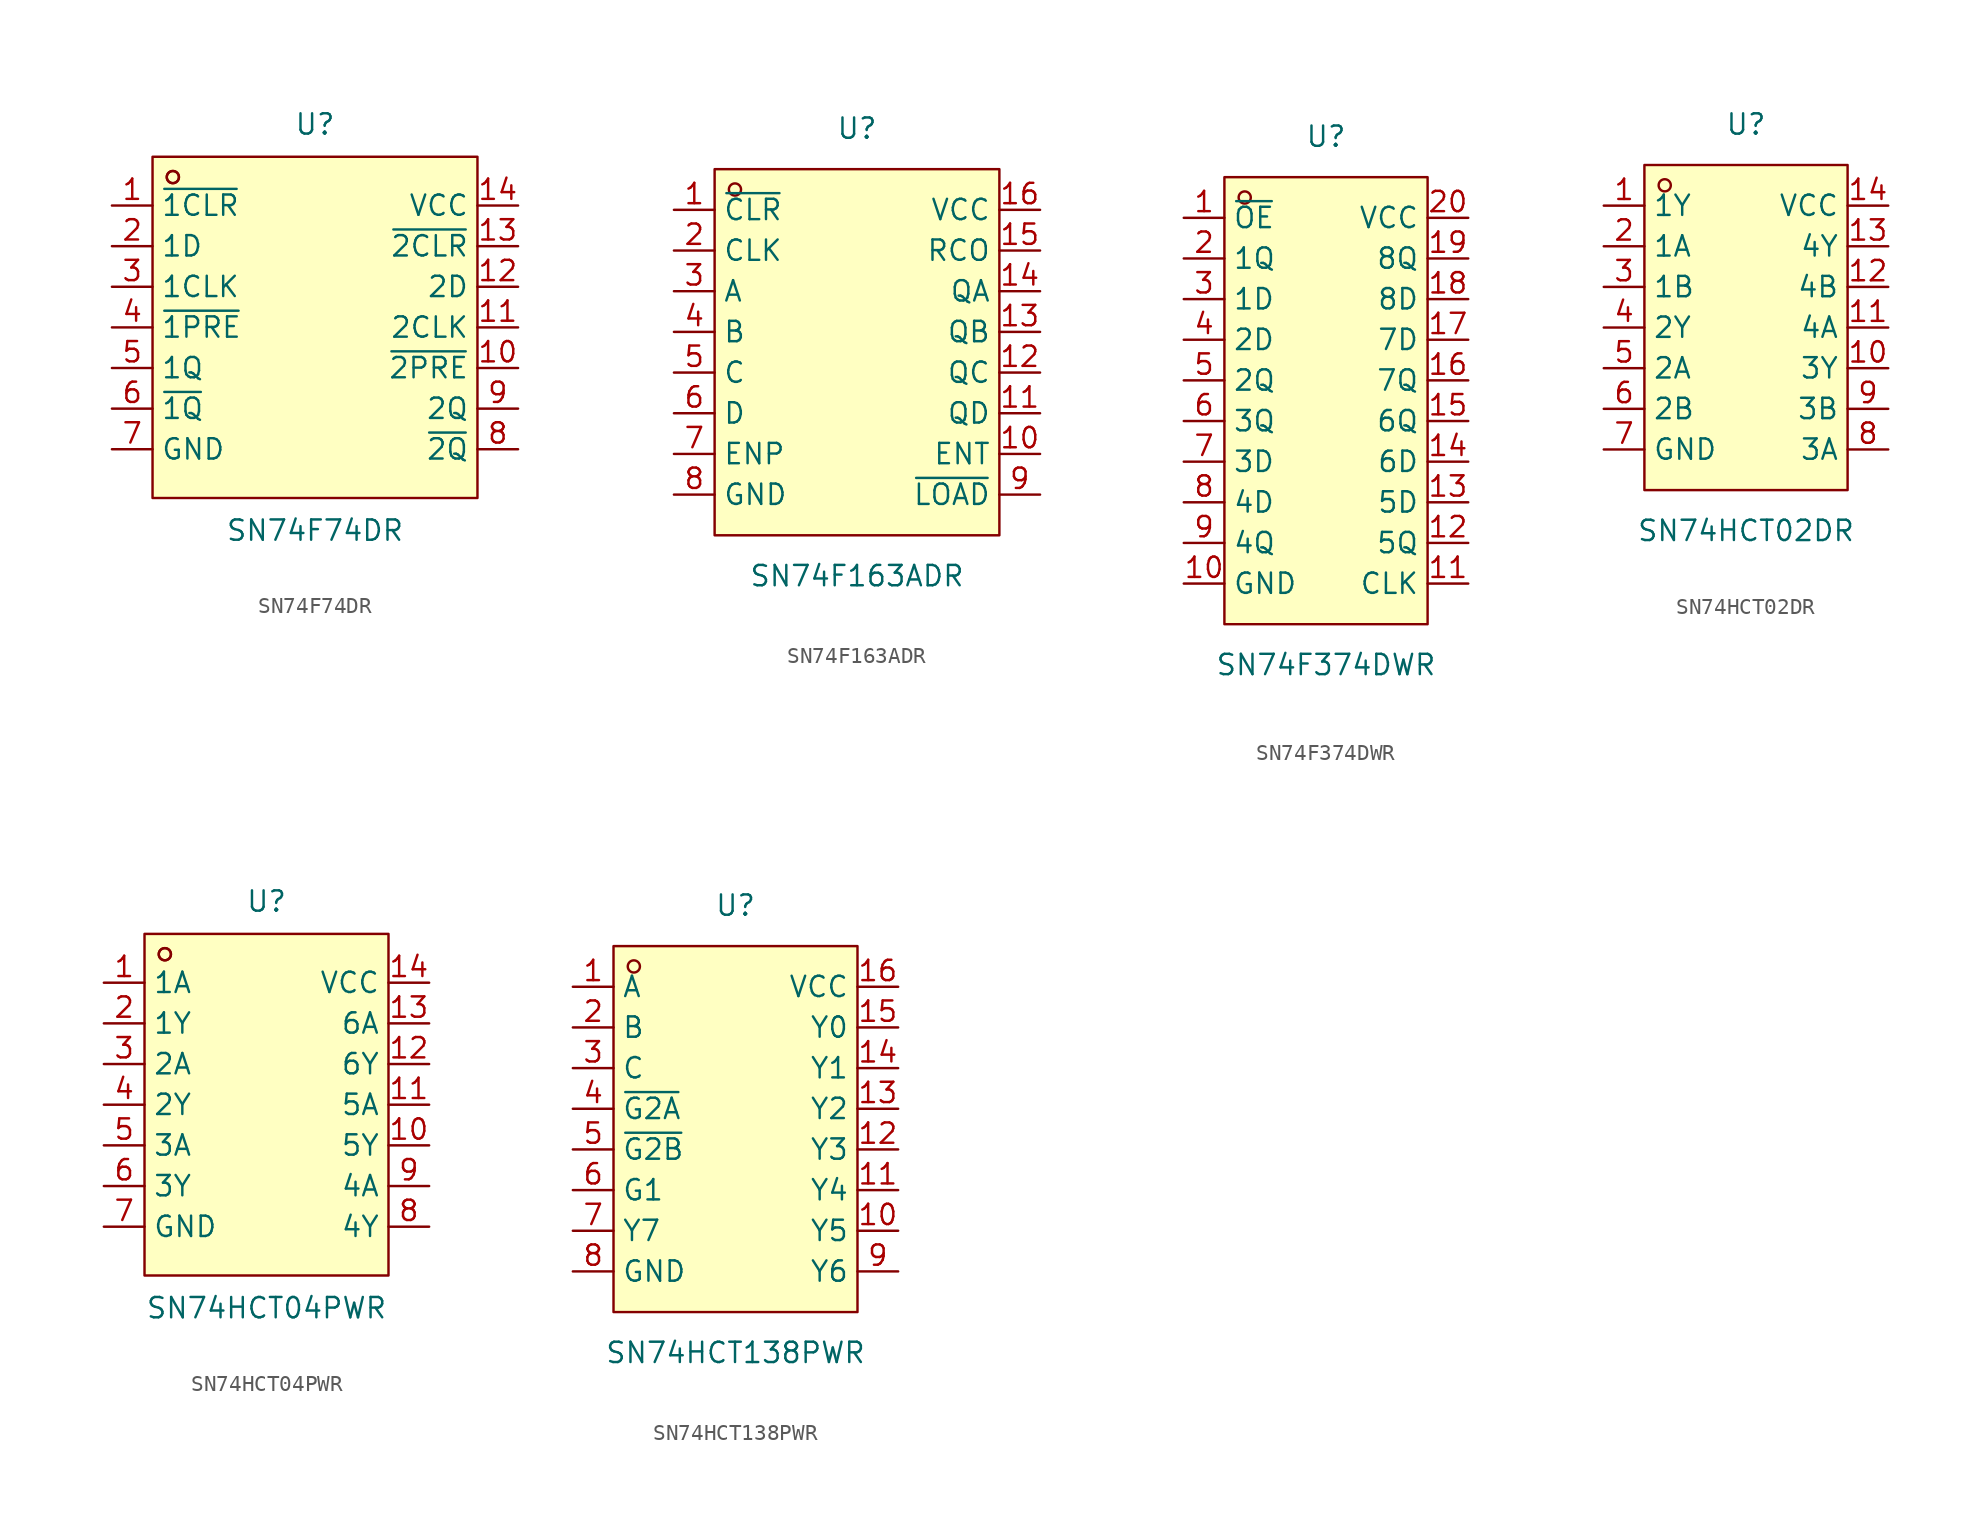
<source format=kicad_sym>
(kicad_symbol_lib
  (version 20211014)
  (generator https://github.com/uPesy/easyeda2kicad.py)
  (symbol "SN74F74DR"
    (property "Reference" "U"
      (at 0 12.70 0)
      (effects (font (size 1.27 1.27))))
    (property "Value" "SN74F74DR"
      (at 0 -12.70 0)
      (effects (font (size 1.27 1.27))))
    (symbol "SN74F74DR_0_1"
      (rectangle (start -10.16 10.67) (end 10.16 -10.67) (stroke (width 0) (type default) (color 0 0 0 0)) (fill (type background)))
      (circle (center -8.89 9.40) (radius 0.38) (stroke (width 0) (type default) (color 0 0 0 0)) (fill (type none)))
      (circle (center -8.89 9.40) (radius 0.38) (stroke (width 0) (type default) (color 0 0 0 0)) (fill (type none)))
      (pin unspecified line (at -12.70 7.62 0) (length 2.54) (name "~{1CLR}" (effects (font (size 1.27 1.27)))) (number "1" (effects (font (size 1.27 1.27)))))
      (pin unspecified line (at -12.70 5.08 0) (length 2.54) (name "1D" (effects (font (size 1.27 1.27)))) (number "2" (effects (font (size 1.27 1.27)))))
      (pin unspecified line (at -12.70 2.54 0) (length 2.54) (name "1CLK" (effects (font (size 1.27 1.27)))) (number "3" (effects (font (size 1.27 1.27)))))
      (pin unspecified line (at -12.70 -0.00 0) (length 2.54) (name "~{1PRE}" (effects (font (size 1.27 1.27)))) (number "4" (effects (font (size 1.27 1.27)))))
      (pin unspecified line (at -12.70 -2.54 0) (length 2.54) (name "1Q" (effects (font (size 1.27 1.27)))) (number "5" (effects (font (size 1.27 1.27)))))
      (pin unspecified line (at -12.70 -5.08 0) (length 2.54) (name "~{1Q}" (effects (font (size 1.27 1.27)))) (number "6" (effects (font (size 1.27 1.27)))))
      (pin unspecified line (at -12.70 -7.62 0) (length 2.54) (name "GND" (effects (font (size 1.27 1.27)))) (number "7" (effects (font (size 1.27 1.27)))))
      (pin unspecified line (at 12.70 -7.62 180) (length 2.54) (name "~{2Q}" (effects (font (size 1.27 1.27)))) (number "8" (effects (font (size 1.27 1.27)))))
      (pin unspecified line (at 12.70 -5.08 180) (length 2.54) (name "2Q" (effects (font (size 1.27 1.27)))) (number "9" (effects (font (size 1.27 1.27)))))
      (pin unspecified line (at 12.70 -2.54 180) (length 2.54) (name "~{2PRE}" (effects (font (size 1.27 1.27)))) (number "10" (effects (font (size 1.27 1.27)))))
      (pin unspecified line (at 12.70 -0.00 180) (length 2.54) (name "2CLK" (effects (font (size 1.27 1.27)))) (number "11" (effects (font (size 1.27 1.27)))))
      (pin unspecified line (at 12.70 2.54 180) (length 2.54) (name "2D" (effects (font (size 1.27 1.27)))) (number "12" (effects (font (size 1.27 1.27)))))
      (pin unspecified line (at 12.70 5.08 180) (length 2.54) (name "~{2CLR}" (effects (font (size 1.27 1.27)))) (number "13" (effects (font (size 1.27 1.27)))))
      (pin unspecified line (at 12.70 7.62 180) (length 2.54) (name "VCC" (effects (font (size 1.27 1.27)))) (number "14" (effects (font (size 1.27 1.27)))))))
  (symbol "SN74F163ADR"
    (property "Reference" "U"
      (at 0 13.97 0)
      (effects (font (size 1.27 1.27))))
    (property "Value" "SN74F163ADR"
      (at 0 -13.97 0)
      (effects (font (size 1.27 1.27))))
    (symbol "SN74F163ADR_0_1"
      (rectangle (start -8.89 11.43) (end 8.89 -11.43) (stroke (width 0) (type default) (color 0 0 0 0)) (fill (type background)))
      (circle (center -7.62 10.16) (radius 0.38) (stroke (width 0) (type default) (color 0 0 0 0)) (fill (type none)))
      (pin unspecified line (at -11.43 8.89 0) (length 2.54) (name "~{CLR}" (effects (font (size 1.27 1.27)))) (number "1" (effects (font (size 1.27 1.27)))))
      (pin unspecified line (at -11.43 6.35 0) (length 2.54) (name "CLK" (effects (font (size 1.27 1.27)))) (number "2" (effects (font (size 1.27 1.27)))))
      (pin unspecified line (at -11.43 3.81 0) (length 2.54) (name "A" (effects (font (size 1.27 1.27)))) (number "3" (effects (font (size 1.27 1.27)))))
      (pin unspecified line (at -11.43 1.27 0) (length 2.54) (name "B" (effects (font (size 1.27 1.27)))) (number "4" (effects (font (size 1.27 1.27)))))
      (pin unspecified line (at -11.43 -1.27 0) (length 2.54) (name "C" (effects (font (size 1.27 1.27)))) (number "5" (effects (font (size 1.27 1.27)))))
      (pin unspecified line (at -11.43 -3.81 0) (length 2.54) (name "D" (effects (font (size 1.27 1.27)))) (number "6" (effects (font (size 1.27 1.27)))))
      (pin unspecified line (at -11.43 -6.35 0) (length 2.54) (name "ENP" (effects (font (size 1.27 1.27)))) (number "7" (effects (font (size 1.27 1.27)))))
      (pin unspecified line (at -11.43 -8.89 0) (length 2.54) (name "GND" (effects (font (size 1.27 1.27)))) (number "8" (effects (font (size 1.27 1.27)))))
      (pin unspecified line (at 11.43 -8.89 180) (length 2.54) (name "~{LOAD}" (effects (font (size 1.27 1.27)))) (number "9" (effects (font (size 1.27 1.27)))))
      (pin unspecified line (at 11.43 -6.35 180) (length 2.54) (name "ENT" (effects (font (size 1.27 1.27)))) (number "10" (effects (font (size 1.27 1.27)))))
      (pin unspecified line (at 11.43 -3.81 180) (length 2.54) (name "QD" (effects (font (size 1.27 1.27)))) (number "11" (effects (font (size 1.27 1.27)))))
      (pin unspecified line (at 11.43 -1.27 180) (length 2.54) (name "QC" (effects (font (size 1.27 1.27)))) (number "12" (effects (font (size 1.27 1.27)))))
      (pin unspecified line (at 11.43 1.27 180) (length 2.54) (name "QB" (effects (font (size 1.27 1.27)))) (number "13" (effects (font (size 1.27 1.27)))))
      (pin unspecified line (at 11.43 3.81 180) (length 2.54) (name "QA" (effects (font (size 1.27 1.27)))) (number "14" (effects (font (size 1.27 1.27)))))
      (pin unspecified line (at 11.43 6.35 180) (length 2.54) (name "RCO" (effects (font (size 1.27 1.27)))) (number "15" (effects (font (size 1.27 1.27)))))
      (pin unspecified line (at 11.43 8.89 180) (length 2.54) (name "VCC" (effects (font (size 1.27 1.27)))) (number "16" (effects (font (size 1.27 1.27)))))))
  (symbol "SN74F374DWR"
    (property "Reference" "U"
      (at 0 16.51 0)
      (effects (font (size 1.27 1.27))))
    (property "Value" "SN74F374DWR"
      (at 0 -16.51 0)
      (effects (font (size 1.27 1.27))))
    (symbol "SN74F374DWR_0_1"
      (rectangle (start -6.35 13.97) (end 6.35 -13.97) (stroke (width 0) (type default) (color 0 0 0 0)) (fill (type background)))
      (circle (center -5.08 12.70) (radius 0.38) (stroke (width 0) (type default) (color 0 0 0 0)) (fill (type none)))
      (pin unspecified line (at -8.89 11.43 0) (length 2.54) (name "~{OE}" (effects (font (size 1.27 1.27)))) (number "1" (effects (font (size 1.27 1.27)))))
      (pin unspecified line (at -8.89 8.89 0) (length 2.54) (name "1Q" (effects (font (size 1.27 1.27)))) (number "2" (effects (font (size 1.27 1.27)))))
      (pin unspecified line (at -8.89 6.35 0) (length 2.54) (name "1D" (effects (font (size 1.27 1.27)))) (number "3" (effects (font (size 1.27 1.27)))))
      (pin unspecified line (at -8.89 3.81 0) (length 2.54) (name "2D" (effects (font (size 1.27 1.27)))) (number "4" (effects (font (size 1.27 1.27)))))
      (pin unspecified line (at -8.89 1.27 0) (length 2.54) (name "2Q" (effects (font (size 1.27 1.27)))) (number "5" (effects (font (size 1.27 1.27)))))
      (pin unspecified line (at -8.89 -1.27 0) (length 2.54) (name "3Q" (effects (font (size 1.27 1.27)))) (number "6" (effects (font (size 1.27 1.27)))))
      (pin unspecified line (at -8.89 -3.81 0) (length 2.54) (name "3D" (effects (font (size 1.27 1.27)))) (number "7" (effects (font (size 1.27 1.27)))))
      (pin unspecified line (at -8.89 -6.35 0) (length 2.54) (name "4D" (effects (font (size 1.27 1.27)))) (number "8" (effects (font (size 1.27 1.27)))))
      (pin unspecified line (at -8.89 -8.89 0) (length 2.54) (name "4Q" (effects (font (size 1.27 1.27)))) (number "9" (effects (font (size 1.27 1.27)))))
      (pin unspecified line (at -8.89 -11.43 0) (length 2.54) (name "GND" (effects (font (size 1.27 1.27)))) (number "10" (effects (font (size 1.27 1.27)))))
      (pin unspecified line (at 8.89 -11.43 180) (length 2.54) (name "CLK" (effects (font (size 1.27 1.27)))) (number "11" (effects (font (size 1.27 1.27)))))
      (pin unspecified line (at 8.89 -8.89 180) (length 2.54) (name "5Q" (effects (font (size 1.27 1.27)))) (number "12" (effects (font (size 1.27 1.27)))))
      (pin unspecified line (at 8.89 -6.35 180) (length 2.54) (name "5D" (effects (font (size 1.27 1.27)))) (number "13" (effects (font (size 1.27 1.27)))))
      (pin unspecified line (at 8.89 -3.81 180) (length 2.54) (name "6D" (effects (font (size 1.27 1.27)))) (number "14" (effects (font (size 1.27 1.27)))))
      (pin unspecified line (at 8.89 -1.27 180) (length 2.54) (name "6Q" (effects (font (size 1.27 1.27)))) (number "15" (effects (font (size 1.27 1.27)))))
      (pin unspecified line (at 8.89 1.27 180) (length 2.54) (name "7Q" (effects (font (size 1.27 1.27)))) (number "16" (effects (font (size 1.27 1.27)))))
      (pin unspecified line (at 8.89 3.81 180) (length 2.54) (name "7D" (effects (font (size 1.27 1.27)))) (number "17" (effects (font (size 1.27 1.27)))))
      (pin unspecified line (at 8.89 6.35 180) (length 2.54) (name "8D" (effects (font (size 1.27 1.27)))) (number "18" (effects (font (size 1.27 1.27)))))
      (pin unspecified line (at 8.89 8.89 180) (length 2.54) (name "8Q" (effects (font (size 1.27 1.27)))) (number "19" (effects (font (size 1.27 1.27)))))
      (pin unspecified line (at 8.89 11.43 180) (length 2.54) (name "VCC" (effects (font (size 1.27 1.27)))) (number "20" (effects (font (size 1.27 1.27)))))))
  (symbol "SN74HCT02DR"
    (property "Reference" "U"
      (at 0 12.70 0)
      (effects (font (size 1.27 1.27))))
    (property "Value" "SN74HCT02DR"
      (at 0 -12.70 0)
      (effects (font (size 1.27 1.27))))
    (symbol "SN74HCT02DR_0_1"
      (rectangle (start -6.35 10.16) (end 6.35 -10.16) (stroke (width 0) (type default) (color 0 0 0 0)) (fill (type background)))
      (circle (center -5.08 8.89) (radius 0.38) (stroke (width 0) (type default) (color 0 0 0 0)) (fill (type none)))
      (pin unspecified line (at -8.89 7.62 0) (length 2.54) (name "1Y" (effects (font (size 1.27 1.27)))) (number "1" (effects (font (size 1.27 1.27)))))
      (pin unspecified line (at -8.89 5.08 0) (length 2.54) (name "1A" (effects (font (size 1.27 1.27)))) (number "2" (effects (font (size 1.27 1.27)))))
      (pin unspecified line (at -8.89 2.54 0) (length 2.54) (name "1B" (effects (font (size 1.27 1.27)))) (number "3" (effects (font (size 1.27 1.27)))))
      (pin unspecified line (at -8.89 -0.00 0) (length 2.54) (name "2Y" (effects (font (size 1.27 1.27)))) (number "4" (effects (font (size 1.27 1.27)))))
      (pin unspecified line (at -8.89 -2.54 0) (length 2.54) (name "2A" (effects (font (size 1.27 1.27)))) (number "5" (effects (font (size 1.27 1.27)))))
      (pin unspecified line (at -8.89 -5.08 0) (length 2.54) (name "2B" (effects (font (size 1.27 1.27)))) (number "6" (effects (font (size 1.27 1.27)))))
      (pin unspecified line (at -8.89 -7.62 0) (length 2.54) (name "GND" (effects (font (size 1.27 1.27)))) (number "7" (effects (font (size 1.27 1.27)))))
      (pin unspecified line (at 8.89 -7.62 180) (length 2.54) (name "3A" (effects (font (size 1.27 1.27)))) (number "8" (effects (font (size 1.27 1.27)))))
      (pin unspecified line (at 8.89 -5.08 180) (length 2.54) (name "3B" (effects (font (size 1.27 1.27)))) (number "9" (effects (font (size 1.27 1.27)))))
      (pin unspecified line (at 8.89 -2.54 180) (length 2.54) (name "3Y" (effects (font (size 1.27 1.27)))) (number "10" (effects (font (size 1.27 1.27)))))
      (pin unspecified line (at 8.89 -0.00 180) (length 2.54) (name "4A" (effects (font (size 1.27 1.27)))) (number "11" (effects (font (size 1.27 1.27)))))
      (pin unspecified line (at 8.89 2.54 180) (length 2.54) (name "4B" (effects (font (size 1.27 1.27)))) (number "12" (effects (font (size 1.27 1.27)))))
      (pin unspecified line (at 8.89 5.08 180) (length 2.54) (name "4Y" (effects (font (size 1.27 1.27)))) (number "13" (effects (font (size 1.27 1.27)))))
      (pin unspecified line (at 8.89 7.62 180) (length 2.54) (name "VCC" (effects (font (size 1.27 1.27)))) (number "14" (effects (font (size 1.27 1.27)))))))
  (symbol "SN74HCT04PWR"
    (property "Reference" "U"
      (at 0 12.70 0)
      (effects (font (size 1.27 1.27))))
    (property "Value" "SN74HCT04PWR"
      (at 0 -12.70 0)
      (effects (font (size 1.27 1.27))))
    (symbol "SN74HCT04PWR_0_1"
      (rectangle (start -7.62 10.67) (end 7.62 -10.67) (stroke (width 0) (type default) (color 0 0 0 0)) (fill (type background)))
      (circle (center -6.35 9.40) (radius 0.38) (stroke (width 0) (type default) (color 0 0 0 0)) (fill (type none)))
      (circle (center -6.35 9.40) (radius 0.38) (stroke (width 0) (type default) (color 0 0 0 0)) (fill (type none)))
      (pin unspecified line (at -10.16 7.62 0) (length 2.54) (name "1A" (effects (font (size 1.27 1.27)))) (number "1" (effects (font (size 1.27 1.27)))))
      (pin unspecified line (at -10.16 5.08 0) (length 2.54) (name "1Y" (effects (font (size 1.27 1.27)))) (number "2" (effects (font (size 1.27 1.27)))))
      (pin unspecified line (at -10.16 2.54 0) (length 2.54) (name "2A" (effects (font (size 1.27 1.27)))) (number "3" (effects (font (size 1.27 1.27)))))
      (pin unspecified line (at -10.16 -0.00 0) (length 2.54) (name "2Y" (effects (font (size 1.27 1.27)))) (number "4" (effects (font (size 1.27 1.27)))))
      (pin unspecified line (at -10.16 -2.54 0) (length 2.54) (name "3A" (effects (font (size 1.27 1.27)))) (number "5" (effects (font (size 1.27 1.27)))))
      (pin unspecified line (at -10.16 -5.08 0) (length 2.54) (name "3Y" (effects (font (size 1.27 1.27)))) (number "6" (effects (font (size 1.27 1.27)))))
      (pin unspecified line (at -10.16 -7.62 0) (length 2.54) (name "GND" (effects (font (size 1.27 1.27)))) (number "7" (effects (font (size 1.27 1.27)))))
      (pin unspecified line (at 10.16 -7.62 180) (length 2.54) (name "4Y" (effects (font (size 1.27 1.27)))) (number "8" (effects (font (size 1.27 1.27)))))
      (pin unspecified line (at 10.16 -5.08 180) (length 2.54) (name "4A" (effects (font (size 1.27 1.27)))) (number "9" (effects (font (size 1.27 1.27)))))
      (pin unspecified line (at 10.16 -2.54 180) (length 2.54) (name "5Y" (effects (font (size 1.27 1.27)))) (number "10" (effects (font (size 1.27 1.27)))))
      (pin unspecified line (at 10.16 -0.00 180) (length 2.54) (name "5A" (effects (font (size 1.27 1.27)))) (number "11" (effects (font (size 1.27 1.27)))))
      (pin unspecified line (at 10.16 2.54 180) (length 2.54) (name "6Y" (effects (font (size 1.27 1.27)))) (number "12" (effects (font (size 1.27 1.27)))))
      (pin unspecified line (at 10.16 5.08 180) (length 2.54) (name "6A" (effects (font (size 1.27 1.27)))) (number "13" (effects (font (size 1.27 1.27)))))
      (pin unspecified line (at 10.16 7.62 180) (length 2.54) (name "VCC" (effects (font (size 1.27 1.27)))) (number "14" (effects (font (size 1.27 1.27)))))))
  (symbol "SN74HCT138PWR"
    (property "Reference" "U"
      (at 0 13.97 0)
      (effects (font (size 1.27 1.27))))
    (property "Value" "SN74HCT138PWR"
      (at 0 -13.97 0)
      (effects (font (size 1.27 1.27))))
    (symbol "SN74HCT138PWR_0_1"
      (rectangle (start -7.62 11.43) (end 7.62 -11.43) (stroke (width 0) (type default) (color 0 0 0 0)) (fill (type background)))
      (circle (center -6.35 10.16) (radius 0.38) (stroke (width 0) (type default) (color 0 0 0 0)) (fill (type none)))
      (pin unspecified line (at -10.16 8.89 0) (length 2.54) (name "A" (effects (font (size 1.27 1.27)))) (number "1" (effects (font (size 1.27 1.27)))))
      (pin unspecified line (at -10.16 6.35 0) (length 2.54) (name "B" (effects (font (size 1.27 1.27)))) (number "2" (effects (font (size 1.27 1.27)))))
      (pin unspecified line (at -10.16 3.81 0) (length 2.54) (name "C" (effects (font (size 1.27 1.27)))) (number "3" (effects (font (size 1.27 1.27)))))
      (pin unspecified line (at -10.16 1.27 0) (length 2.54) (name "~{G2A}" (effects (font (size 1.27 1.27)))) (number "4" (effects (font (size 1.27 1.27)))))
      (pin unspecified line (at -10.16 -1.27 0) (length 2.54) (name "~{G2B}" (effects (font (size 1.27 1.27)))) (number "5" (effects (font (size 1.27 1.27)))))
      (pin unspecified line (at -10.16 -3.81 0) (length 2.54) (name "G1" (effects (font (size 1.27 1.27)))) (number "6" (effects (font (size 1.27 1.27)))))
      (pin unspecified line (at -10.16 -6.35 0) (length 2.54) (name "Y7" (effects (font (size 1.27 1.27)))) (number "7" (effects (font (size 1.27 1.27)))))
      (pin unspecified line (at -10.16 -8.89 0) (length 2.54) (name "GND" (effects (font (size 1.27 1.27)))) (number "8" (effects (font (size 1.27 1.27)))))
      (pin unspecified line (at 10.16 -8.89 180) (length 2.54) (name "Y6" (effects (font (size 1.27 1.27)))) (number "9" (effects (font (size 1.27 1.27)))))
      (pin unspecified line (at 10.16 -6.35 180) (length 2.54) (name "Y5" (effects (font (size 1.27 1.27)))) (number "10" (effects (font (size 1.27 1.27)))))
      (pin unspecified line (at 10.16 -3.81 180) (length 2.54) (name "Y4" (effects (font (size 1.27 1.27)))) (number "11" (effects (font (size 1.27 1.27)))))
      (pin unspecified line (at 10.16 -1.27 180) (length 2.54) (name "Y3" (effects (font (size 1.27 1.27)))) (number "12" (effects (font (size 1.27 1.27)))))
      (pin unspecified line (at 10.16 1.27 180) (length 2.54) (name "Y2" (effects (font (size 1.27 1.27)))) (number "13" (effects (font (size 1.27 1.27)))))
      (pin unspecified line (at 10.16 3.81 180) (length 2.54) (name "Y1" (effects (font (size 1.27 1.27)))) (number "14" (effects (font (size 1.27 1.27)))))
      (pin unspecified line (at 10.16 6.35 180) (length 2.54) (name "Y0" (effects (font (size 1.27 1.27)))) (number "15" (effects (font (size 1.27 1.27)))))
      (pin unspecified line (at 10.16 8.89 180) (length 2.54) (name "VCC" (effects (font (size 1.27 1.27)))) (number "16" (effects (font (size 1.27 1.27))))))))
</source>
